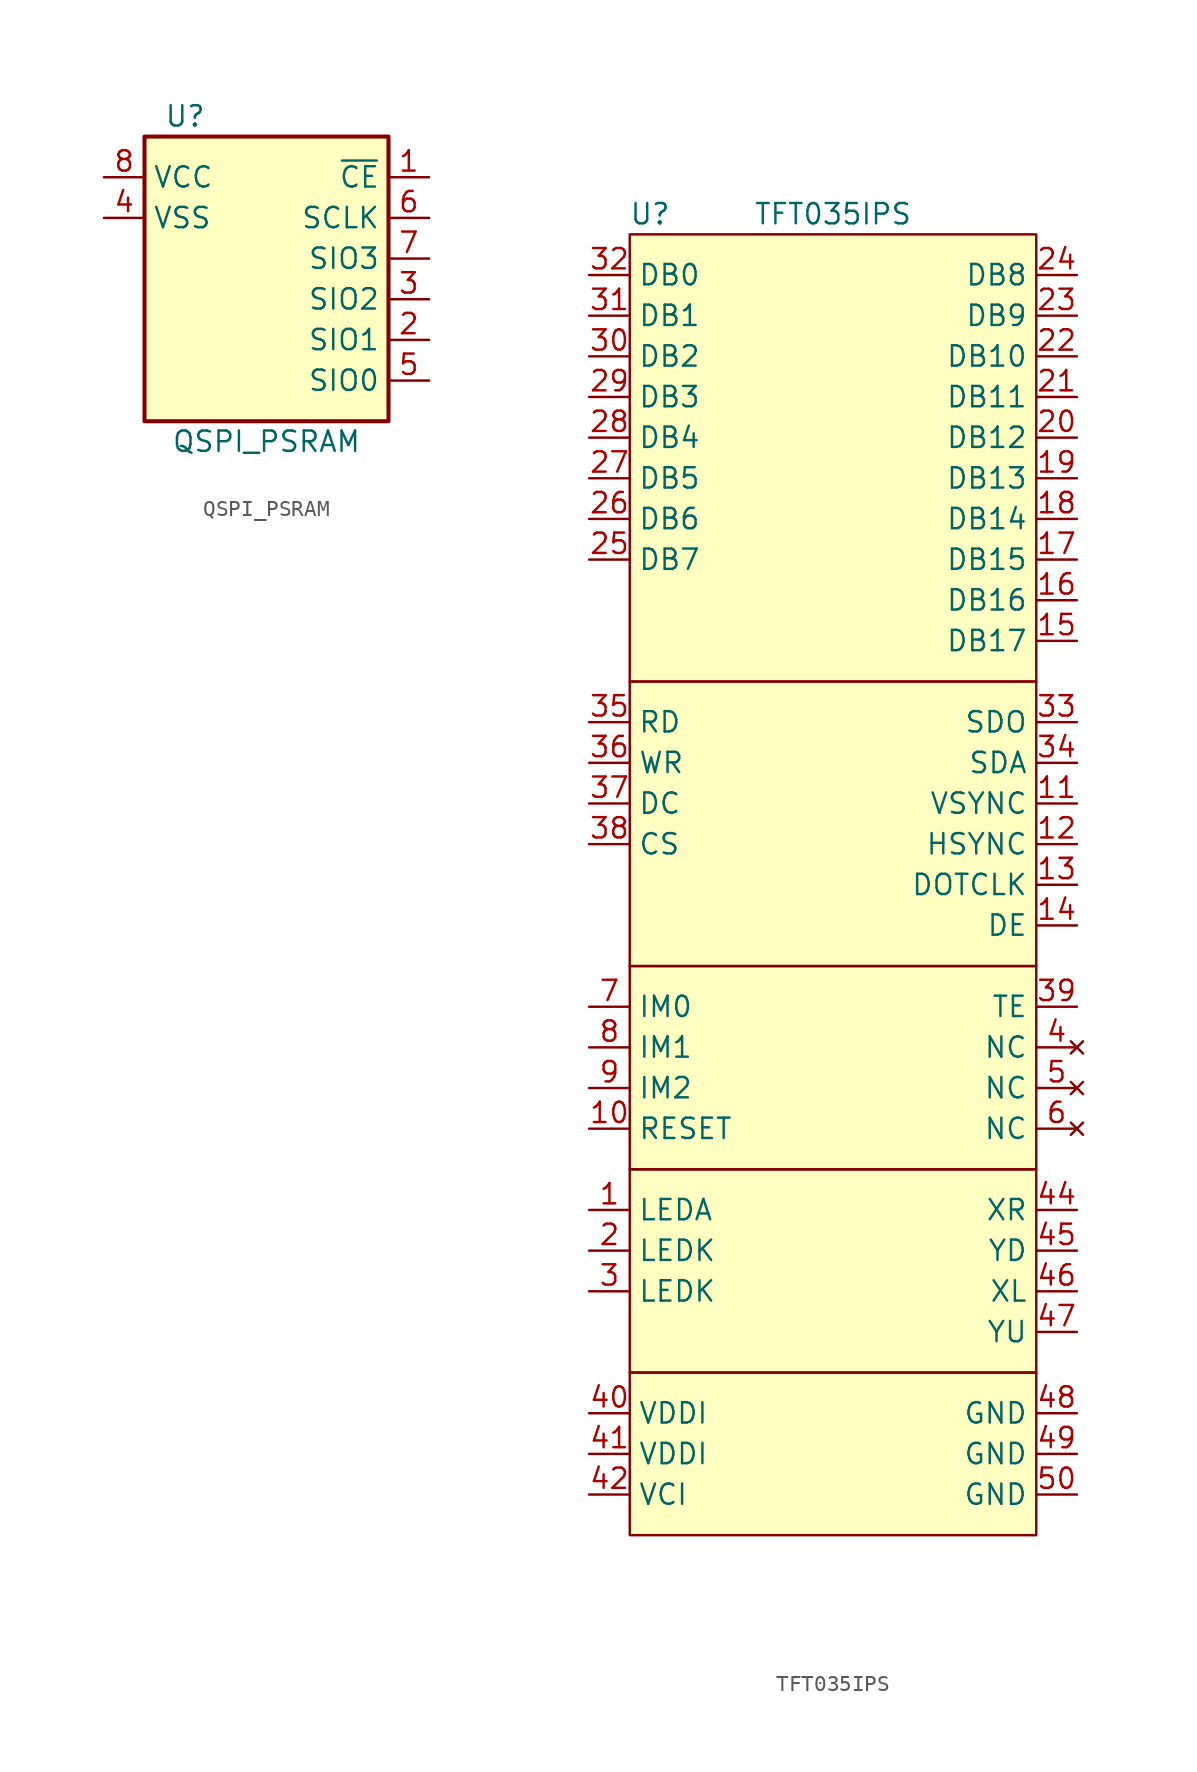
<source format=kicad_sym>
(kicad_symbol_lib
  (version 20211014)
  (generator kicad_symbol_editor)
  (symbol "QSPI_PSRAM"
    (property "Reference" "U"
      (at 2.54 1.27 0)
      (effects (font (size 1.27 1.27))))
    (property "Value" "QSPI_PSRAM"
      (at 7.62 -19.05 0)
      (effects (font (size 1.27 1.27))))
    (symbol "QSPI_PSRAM_0_1"
      (rectangle (start 0 0) (end 15.24 -17.78) (stroke (width 0.254) (type default) (color 0 0 0 0)) (fill (type background))))
    (symbol "QSPI_PSRAM_1_1"
      (pin input line (at 17.78 -2.54 180) (length 2.54) (name "~{CE}" (effects (font (size 1.27 1.27)))) (number "1" (effects (font (size 1.27 1.27)))))
      (pin bidirectional line (at 17.78 -12.7 180) (length 2.54) (name "SIO1" (effects (font (size 1.27 1.27)))) (number "2" (effects (font (size 1.27 1.27)))))
      (pin bidirectional line (at 17.78 -10.16 180) (length 2.54) (name "SIO2" (effects (font (size 1.27 1.27)))) (number "3" (effects (font (size 1.27 1.27)))))
      (pin power_in line (at -2.54 -5.08 0) (length 2.54) (name "VSS" (effects (font (size 1.27 1.27)))) (number "4" (effects (font (size 1.27 1.27)))))
      (pin bidirectional line (at 17.78 -15.24 180) (length 2.54) (name "SIO0" (effects (font (size 1.27 1.27)))) (number "5" (effects (font (size 1.27 1.27)))))
      (pin output line (at 17.78 -5.08 180) (length 2.54) (name "SCLK" (effects (font (size 1.27 1.27)))) (number "6" (effects (font (size 1.27 1.27)))))
      (pin bidirectional line (at 17.78 -7.62 180) (length 2.54) (name "SIO3" (effects (font (size 1.27 1.27)))) (number "7" (effects (font (size 1.27 1.27)))))
      (pin power_in line (at -2.54 -2.54 0) (length 2.54) (name "VCC" (effects (font (size 1.27 1.27)))) (number "8" (effects (font (size 1.27 1.27)))))))
  (symbol "TFT035IPS"
    (property "Reference" "U"
      (at 1.27 1.27 0)
      (effects (font (size 1.27 1.27))))
    (property "Value" "TFT035IPS"
      (at 12.7 1.27 0)
      (effects (font (size 1.27 1.27))))
    (symbol "TFT035IPS_0_1"
      (rectangle (start 0 -45.72) (end 25.4 -58.42) (stroke (width 0) (type default) (color 0 0 0 0)) (fill (type background)))
      (rectangle (start 0 -27.94) (end 25.4 -45.72) (stroke (width 0) (type default) (color 0 0 0 0)) (fill (type background)))
      (rectangle (start 0 0) (end 25.4 -27.94) (stroke (width 0) (type default) (color 0 0 0 0)) (fill (type background)))
      (rectangle (start 25.4 -81.28) (end 0 -71.12) (stroke (width 0) (type default) (color 0 0 0 0)) (fill (type background)))
      (rectangle (start 25.4 -71.12) (end 0 -58.42) (stroke (width 0) (type default) (color 0 0 0 0)) (fill (type background))))
    (symbol "TFT035IPS_1_1"
      (pin input line (at -2.54 -60.96 0) (length 2.54) (name "LEDA" (effects (font (size 1.27 1.27)))) (number "1" (effects (font (size 1.27 1.27)))))
      (pin input line (at -2.54 -55.88 0) (length 2.54) (name "RESET" (effects (font (size 1.27 1.27)))) (number "10" (effects (font (size 1.27 1.27)))))
      (pin input line (at 27.94 -35.56 180) (length 2.54) (name "VSYNC" (effects (font (size 1.27 1.27)))) (number "11" (effects (font (size 1.27 1.27)))))
      (pin input line (at 27.94 -38.1 180) (length 2.54) (name "HSYNC" (effects (font (size 1.27 1.27)))) (number "12" (effects (font (size 1.27 1.27)))))
      (pin input line (at 27.94 -40.64 180) (length 2.54) (name "DOTCLK" (effects (font (size 1.27 1.27)))) (number "13" (effects (font (size 1.27 1.27)))))
      (pin input line (at 27.94 -43.18 180) (length 2.54) (name "DE" (effects (font (size 1.27 1.27)))) (number "14" (effects (font (size 1.27 1.27)))))
      (pin bidirectional line (at 27.94 -25.4 180) (length 2.54) (name "DB17" (effects (font (size 1.27 1.27)))) (number "15" (effects (font (size 1.27 1.27)))))
      (pin bidirectional line (at 27.94 -22.86 180) (length 2.54) (name "DB16" (effects (font (size 1.27 1.27)))) (number "16" (effects (font (size 1.27 1.27)))))
      (pin bidirectional line (at 27.94 -20.32 180) (length 2.54) (name "DB15" (effects (font (size 1.27 1.27)))) (number "17" (effects (font (size 1.27 1.27)))))
      (pin bidirectional line (at 27.94 -17.78 180) (length 2.54) (name "DB14" (effects (font (size 1.27 1.27)))) (number "18" (effects (font (size 1.27 1.27)))))
      (pin bidirectional line (at 27.94 -15.24 180) (length 2.54) (name "DB13" (effects (font (size 1.27 1.27)))) (number "19" (effects (font (size 1.27 1.27)))))
      (pin output line (at -2.54 -63.5 0) (length 2.54) (name "LEDK" (effects (font (size 1.27 1.27)))) (number "2" (effects (font (size 1.27 1.27)))))
      (pin bidirectional line (at 27.94 -12.7 180) (length 2.54) (name "DB12" (effects (font (size 1.27 1.27)))) (number "20" (effects (font (size 1.27 1.27)))))
      (pin bidirectional line (at 27.94 -10.16 180) (length 2.54) (name "DB11" (effects (font (size 1.27 1.27)))) (number "21" (effects (font (size 1.27 1.27)))))
      (pin bidirectional line (at 27.94 -7.62 180) (length 2.54) (name "DB10" (effects (font (size 1.27 1.27)))) (number "22" (effects (font (size 1.27 1.27)))))
      (pin bidirectional line (at 27.94 -5.08 180) (length 2.54) (name "DB9" (effects (font (size 1.27 1.27)))) (number "23" (effects (font (size 1.27 1.27)))))
      (pin bidirectional line (at 27.94 -2.54 180) (length 2.54) (name "DB8" (effects (font (size 1.27 1.27)))) (number "24" (effects (font (size 1.27 1.27)))))
      (pin bidirectional line (at -2.54 -20.32 0) (length 2.54) (name "DB7" (effects (font (size 1.27 1.27)))) (number "25" (effects (font (size 1.27 1.27)))))
      (pin bidirectional line (at -2.54 -17.78 0) (length 2.54) (name "DB6" (effects (font (size 1.27 1.27)))) (number "26" (effects (font (size 1.27 1.27)))))
      (pin bidirectional line (at -2.54 -15.24 0) (length 2.54) (name "DB5" (effects (font (size 1.27 1.27)))) (number "27" (effects (font (size 1.27 1.27)))))
      (pin bidirectional line (at -2.54 -12.7 0) (length 2.54) (name "DB4" (effects (font (size 1.27 1.27)))) (number "28" (effects (font (size 1.27 1.27)))))
      (pin bidirectional line (at -2.54 -10.16 0) (length 2.54) (name "DB3" (effects (font (size 1.27 1.27)))) (number "29" (effects (font (size 1.27 1.27)))))
      (pin output line (at -2.54 -66.04 0) (length 2.54) (name "LEDK" (effects (font (size 1.27 1.27)))) (number "3" (effects (font (size 1.27 1.27)))))
      (pin bidirectional line (at -2.54 -7.62 0) (length 2.54) (name "DB2" (effects (font (size 1.27 1.27)))) (number "30" (effects (font (size 1.27 1.27)))))
      (pin bidirectional line (at -2.54 -5.08 0) (length 2.54) (name "DB1" (effects (font (size 1.27 1.27)))) (number "31" (effects (font (size 1.27 1.27)))))
      (pin bidirectional line (at -2.54 -2.54 0) (length 2.54) (name "DB0" (effects (font (size 1.27 1.27)))) (number "32" (effects (font (size 1.27 1.27)))))
      (pin output line (at 27.94 -30.48 180) (length 2.54) (name "SDO" (effects (font (size 1.27 1.27)))) (number "33" (effects (font (size 1.27 1.27)))))
      (pin input line (at 27.94 -33.02 180) (length 2.54) (name "SDA" (effects (font (size 1.27 1.27)))) (number "34" (effects (font (size 1.27 1.27)))))
      (pin input line (at -2.54 -30.48 0) (length 2.54) (name "RD" (effects (font (size 1.27 1.27)))) (number "35" (effects (font (size 1.27 1.27)))))
      (pin input line (at -2.54 -33.02 0) (length 2.54) (name "WR" (effects (font (size 1.27 1.27)))) (number "36" (effects (font (size 1.27 1.27)))))
      (pin input line (at -2.54 -35.56 0) (length 2.54) (name "DC" (effects (font (size 1.27 1.27)))) (number "37" (effects (font (size 1.27 1.27)))))
      (pin input line (at -2.54 -38.1 0) (length 2.54) (name "CS" (effects (font (size 1.27 1.27)))) (number "38" (effects (font (size 1.27 1.27)))))
      (pin output line (at 27.94 -48.26 180) (length 2.54) (name "TE" (effects (font (size 1.27 1.27)))) (number "39" (effects (font (size 1.27 1.27)))))
      (pin no_connect line (at 27.94 -50.8 180) (length 2.54) (name "NC" (effects (font (size 1.27 1.27)))) (number "4" (effects (font (size 1.27 1.27)))))
      (pin power_in line (at -2.54 -73.66 0) (length 2.54) (name "VDDI" (effects (font (size 1.27 1.27)))) (number "40" (effects (font (size 1.27 1.27)))))
      (pin power_in line (at -2.54 -76.2 0) (length 2.54) (name "VDDI" (effects (font (size 1.27 1.27)))) (number "41" (effects (font (size 1.27 1.27)))))
      (pin power_in line (at -2.54 -78.74 0) (length 2.54) (name "VCI" (effects (font (size 1.27 1.27)))) (number "42" (effects (font (size 1.27 1.27)))))
      (pin passive line (at 27.94 -60.96 180) (length 2.54) (name "XR" (effects (font (size 1.27 1.27)))) (number "44" (effects (font (size 1.27 1.27)))))
      (pin passive line (at 27.94 -63.5 180) (length 2.54) (name "YD" (effects (font (size 1.27 1.27)))) (number "45" (effects (font (size 1.27 1.27)))))
      (pin passive line (at 27.94 -66.04 180) (length 2.54) (name "XL" (effects (font (size 1.27 1.27)))) (number "46" (effects (font (size 1.27 1.27)))))
      (pin passive line (at 27.94 -68.58 180) (length 2.54) (name "YU" (effects (font (size 1.27 1.27)))) (number "47" (effects (font (size 1.27 1.27)))))
      (pin power_out line (at 27.94 -73.66 180) (length 2.54) (name "GND" (effects (font (size 1.27 1.27)))) (number "48" (effects (font (size 1.27 1.27)))))
      (pin power_out line (at 27.94 -76.2 180) (length 2.54) (name "GND" (effects (font (size 1.27 1.27)))) (number "49" (effects (font (size 1.27 1.27)))))
      (pin no_connect line (at 27.94 -53.34 180) (length 2.54) (name "NC" (effects (font (size 1.27 1.27)))) (number "5" (effects (font (size 1.27 1.27)))))
      (pin power_out line (at 27.94 -78.74 180) (length 2.54) (name "GND" (effects (font (size 1.27 1.27)))) (number "50" (effects (font (size 1.27 1.27)))))
      (pin no_connect line (at 27.94 -55.88 180) (length 2.54) (name "NC" (effects (font (size 1.27 1.27)))) (number "6" (effects (font (size 1.27 1.27)))))
      (pin input line (at -2.54 -48.26 0) (length 2.54) (name "IM0" (effects (font (size 1.27 1.27)))) (number "7" (effects (font (size 1.27 1.27)))))
      (pin input line (at -2.54 -50.8 0) (length 2.54) (name "IM1" (effects (font (size 1.27 1.27)))) (number "8" (effects (font (size 1.27 1.27)))))
      (pin input line (at -2.54 -53.34 0) (length 2.54) (name "IM2" (effects (font (size 1.27 1.27)))) (number "9" (effects (font (size 1.27 1.27))))))))
</source>
